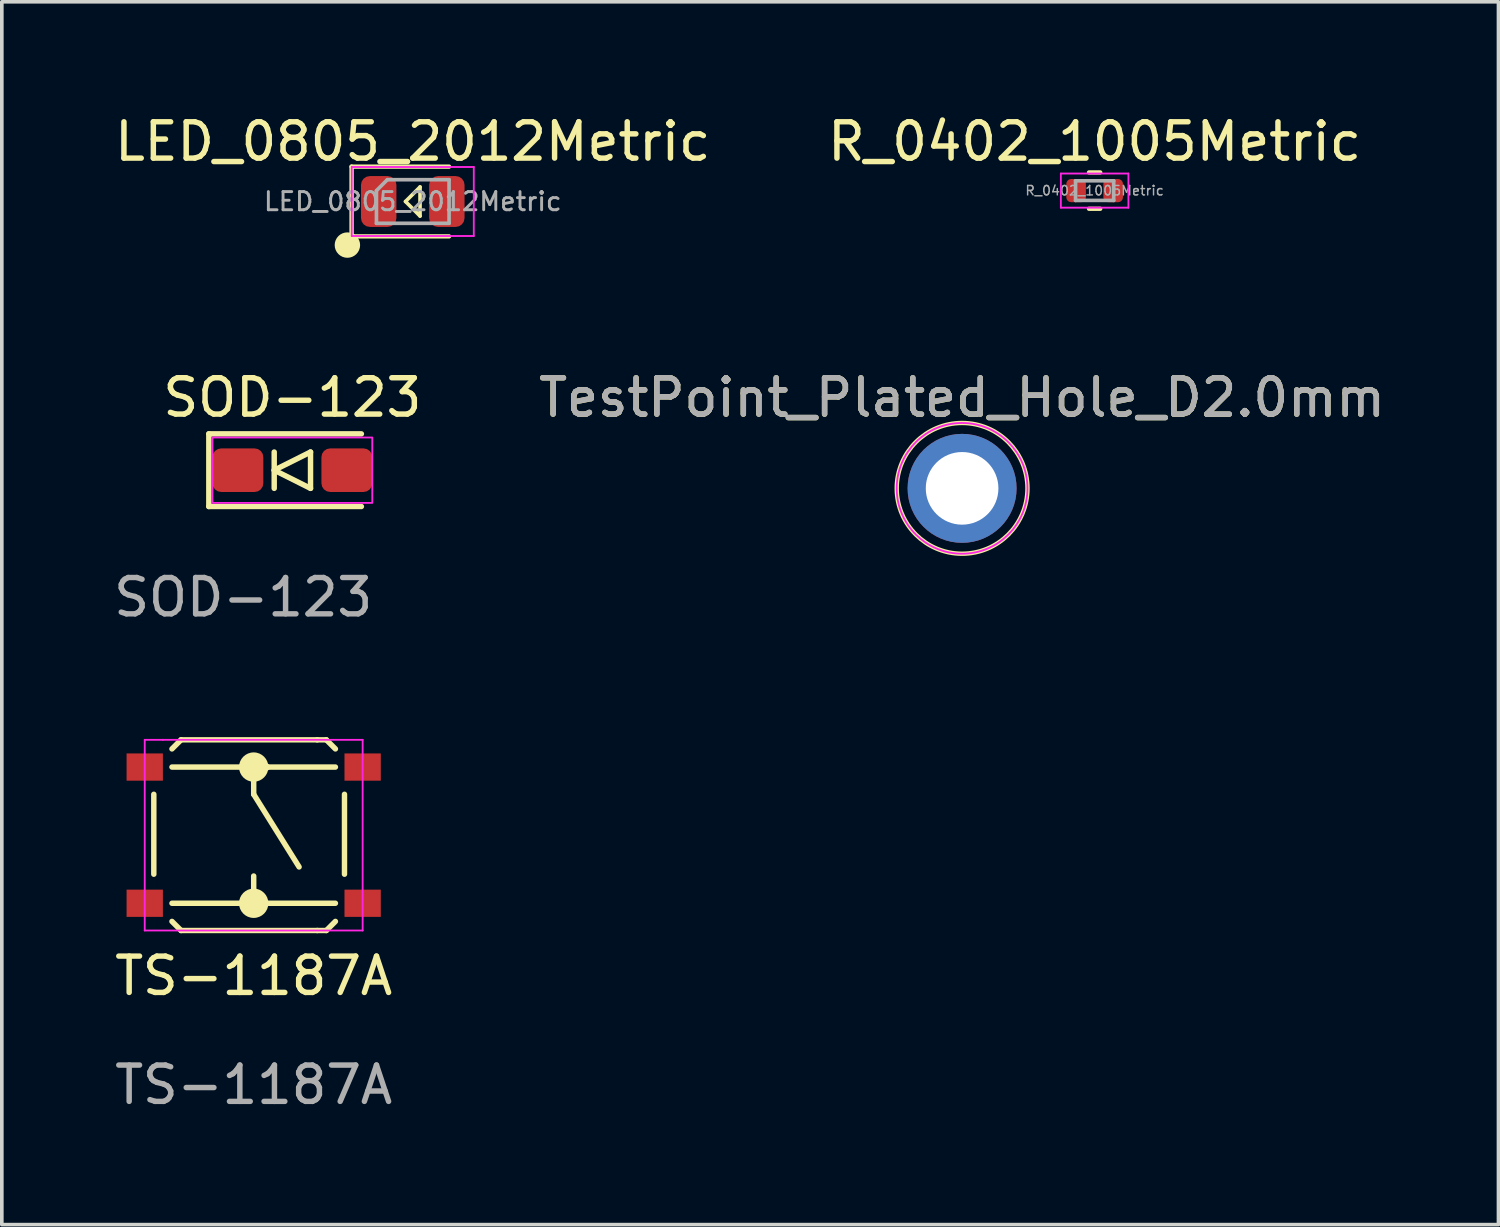
<source format=kicad_pcb>
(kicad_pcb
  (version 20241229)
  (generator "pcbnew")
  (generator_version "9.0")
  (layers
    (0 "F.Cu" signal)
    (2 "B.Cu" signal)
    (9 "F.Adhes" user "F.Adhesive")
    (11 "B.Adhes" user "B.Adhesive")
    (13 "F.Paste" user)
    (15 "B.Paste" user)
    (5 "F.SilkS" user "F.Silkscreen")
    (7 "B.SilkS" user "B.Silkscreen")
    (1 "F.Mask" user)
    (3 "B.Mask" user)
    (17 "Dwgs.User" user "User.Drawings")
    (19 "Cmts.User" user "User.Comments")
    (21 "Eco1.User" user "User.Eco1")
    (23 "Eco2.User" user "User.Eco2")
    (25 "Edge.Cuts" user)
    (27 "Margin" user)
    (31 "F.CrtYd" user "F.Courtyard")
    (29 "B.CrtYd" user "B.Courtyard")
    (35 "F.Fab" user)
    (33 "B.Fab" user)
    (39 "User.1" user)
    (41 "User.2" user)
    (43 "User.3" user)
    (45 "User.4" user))
  (footprint "TestPoint_Plated_Hole_D2.0mm"
    (layer "F.Cu")
    (at 23.44 10.396)
    (property "Reference" "TestPoint_Plated_Hole_D2.0mm" (at 0 -2.498 0) (layer "F.SilkS") (effects (font (size 1 1) (thickness 0.15))))
    (attr exclude_from_pos_files exclude_from_bom)
    (fp_circle (center 0 0) (end 1.8 0) (stroke (width 0.12) (type solid)) (fill no) (layer "F.SilkS"))
    (fp_circle (center 0 0) (end 1.8 0) (stroke (width 0.05) (type solid)) (fill no) (layer "F.CrtYd"))
    (fp_text user "${REFERENCE}" (at 0 -2.5 0) (layer "F.Fab") (effects (font (size 1 1) (thickness 0.15))))
    (pad "1" thru_hole circle (at 0 0) (size 3 3) (drill 2) (layers "*.Cu" "*.Mask")))
  (footprint "TS-1187A"
    (layer "F.Cu")
    (at 3.935 19.945)
    (property "Reference" "TS-1187A" (at 0 3.875 0) (unlocked yes) (layer "F.SilkS") (effects (font (size 1 1) (thickness 0.15))))
    (attr smd)
    (fp_line (start -2.75 -1.125) (end -2.75 1.075) (stroke (width 0.15) (type default)) (layer "F.SilkS"))
    (fp_line (start -2.25 -1.875) (end 2.25 -1.875) (stroke (width 0.15) (type default)) (layer "F.SilkS"))
    (fp_line (start -2.25 1.875) (end 2.25 1.875) (stroke (width 0.15) (type default)) (layer "F.SilkS"))
    (fp_line (start -2.25 2.375) (end -2 2.625) (stroke (width 0.15) (type default)) (layer "F.SilkS"))
    (fp_line (start -2 -2.625) (end -2.25 -2.375) (stroke (width 0.15) (type default)) (layer "F.SilkS"))
    (fp_line (start -2 -2.625) (end 1.75 -2.625) (stroke (width 0.15) (type default)) (layer "F.SilkS"))
    (fp_line (start -2 2.625) (end 1.75 2.625) (stroke (width 0.15) (type default)) (layer "F.SilkS"))
    (fp_line (start 0 -1.875) (end 0 -1.125) (stroke (width 0.15) (type default)) (layer "F.SilkS"))
    (fp_line (start 0 -1.125) (end 1.25 0.875) (stroke (width 0.15) (type default)) (layer "F.SilkS"))
    (fp_line (start 0 1.875) (end 0 1.125) (stroke (width 0.15) (type default)) (layer "F.SilkS"))
    (fp_line (start 1.75 -2.625) (end 2 -2.625) (stroke (width 0.15) (type default)) (layer "F.SilkS"))
    (fp_line (start 2 -2.625) (end 2.25 -2.375) (stroke (width 0.15) (type default)) (layer "F.SilkS"))
    (fp_line (start 2 2.625) (end 1.75 2.625) (stroke (width 0.15) (type default)) (layer "F.SilkS"))
    (fp_line (start 2.25 2.375) (end 2 2.625) (stroke (width 0.15) (type default)) (layer "F.SilkS"))
    (fp_line (start 2.5 -1.125) (end 2.5 1.075) (stroke (width 0.15) (type default)) (layer "F.SilkS"))
    (fp_circle (center 0 -1.875) (end 0.354 -1.875) (stroke (width 0.1) (type solid)) (fill yes) (layer "F.SilkS"))
    (fp_circle (center 0 1.875) (end 0.354 1.875) (stroke (width 0.1) (type solid)) (fill yes) (layer "F.SilkS"))
    (fp_circle (center 0.354 -1.875) (end 0.354 -1.875) (stroke (width 0.1) (type default)) (fill no) (layer "F.SilkS"))
    (fp_line (start -3 -2.625) (end -2.5 -2.625) (stroke (width 0.05) (type default)) (layer "F.CrtYd"))
    (fp_line (start -3 2.625) (end -3 -2.625) (stroke (width 0.05) (type default)) (layer "F.CrtYd"))
    (fp_line (start -2.5 -2.625) (end 3 -2.625) (stroke (width 0.05) (type default)) (layer "F.CrtYd"))
    (fp_line (start 3 -2.625) (end 3 2.625) (stroke (width 0.05) (type default)) (layer "F.CrtYd"))
    (fp_line (start 3 2.625) (end -3 2.625) (stroke (width 0.05) (type default)) (layer "F.CrtYd"))
    (fp_text user "${REFERENCE}" (at 0 6.875 0) (unlocked yes) (layer "F.Fab") (effects (font (size 1 1) (thickness 0.15))))
    (pad "1" smd rect (at -3 -1.875) (size 1 0.75) (layers "F.Cu" "F.Mask" "F.Paste"))
    (pad "1" smd rect (at 3 -1.875) (size 1 0.75) (layers "F.Cu" "F.Mask" "F.Paste"))
    (pad "2" smd rect (at -3 1.875) (size 1 0.75) (layers "F.Cu" "F.Mask" "F.Paste"))
    (pad "2" smd rect (at 3 1.875) (size 1 0.75) (layers "F.Cu" "F.Mask" "F.Paste")))
  (footprint "SOD-123"
    (layer "F.Cu")
    (at 5 9.896)
    (property "Reference" "SOD-123" (at 0 -2 0) (unlocked yes) (layer "F.SilkS") (effects (font (size 1 1) (thickness 0.15))))
    (attr smd)
    (fp_line (start -2.3 -1) (end -2.3 1) (stroke (width 0.15) (type default)) (layer "F.SilkS"))
    (fp_line (start -2.3 1) (end 1.9 1) (stroke (width 0.15) (type default)) (layer "F.SilkS"))
    (fp_line (start -0.5 -0.5) (end -0.5 0.5) (stroke (width 0.15) (type default)) (layer "F.SilkS"))
    (fp_line (start 0.5 -0.5) (end -0.5 0) (stroke (width 0.15) (type default)) (layer "F.SilkS"))
    (fp_line (start 0.5 -0.5) (end 0.5 0.5) (stroke (width 0.15) (type default)) (layer "F.SilkS"))
    (fp_line (start 0.5 0.5) (end -0.5 0) (stroke (width 0.15) (type default)) (layer "F.SilkS"))
    (fp_line (start 1.9 -1) (end -2.3 -1) (stroke (width 0.15) (type default)) (layer "F.SilkS"))
    (fp_rect (start -2.2 -0.9) (end 2.2 0.9) (stroke (width 0.05) (type default)) (fill no) (layer "F.CrtYd"))
    (fp_text user "${REFERENCE}" (at -5 3.5 0) (unlocked yes) (layer "F.Fab") (effects (font (size 1 1) (thickness 0.15)) (justify left)))
    (pad "1" smd roundrect (at -1.5 0) (size 1.4 1.2) (layers "F.Cu" "F.Mask" "F.Paste") (roundrect_rratio 0.2))
    (pad "2" smd roundrect (at 1.5 0) (size 1.4 1.2) (layers "F.Cu" "F.Mask" "F.Paste") (roundrect_rratio 0.2)))
  (footprint "R_0402_1005Metric"
    (layer "F.Cu")
    (at 27.089 2.198)
    (property "Reference" "R_0402_1005Metric" (at 0 -1.35 0) (layer "F.SilkS") (effects (font (size 1 1) (thickness 0.15))))
    (attr smd)
    (fp_line (start -0.154 -0.5) (end 0.154 -0.5) (stroke (width 0.12) (type solid)) (layer "F.SilkS"))
    (fp_line (start -0.154 0.5) (end 0.154 0.5) (stroke (width 0.12) (type solid)) (layer "F.SilkS"))
    (fp_line (start -0.93 -0.47) (end 0.93 -0.47) (stroke (width 0.05) (type solid)) (layer "F.CrtYd"))
    (fp_line (start -0.93 0.47) (end -0.93 -0.47) (stroke (width 0.05) (type solid)) (layer "F.CrtYd"))
    (fp_line (start 0.93 -0.47) (end 0.93 0.47) (stroke (width 0.05) (type solid)) (layer "F.CrtYd"))
    (fp_line (start 0.93 0.47) (end -0.93 0.47) (stroke (width 0.05) (type solid)) (layer "F.CrtYd"))
    (fp_line (start -0.525 -0.27) (end 0.525 -0.27) (stroke (width 0.1) (type solid)) (layer "F.Fab"))
    (fp_line (start -0.525 0.27) (end -0.525 -0.27) (stroke (width 0.1) (type solid)) (layer "F.Fab"))
    (fp_line (start 0.525 -0.27) (end 0.525 0.27) (stroke (width 0.1) (type solid)) (layer "F.Fab"))
    (fp_line (start 0.525 0.27) (end -0.525 0.27) (stroke (width 0.1) (type solid)) (layer "F.Fab"))
    (fp_text user "${REFERENCE}" (at 0 0 0) (layer "F.Fab") (effects (font (size 0.26 0.26) (thickness 0.04))))
    (pad "1" smd roundrect (at -0.51 0) (size 0.54 0.64) (layers "F.Cu" "F.Mask" "F.Paste") (roundrect_rratio 0.25))
    (pad "2" smd roundrect (at 0.51 0) (size 0.54 0.64) (layers "F.Cu" "F.Mask" "F.Paste") (roundrect_rratio 0.25)))
  (footprint "LED_0805_2012Metric"
    (layer "F.Cu")
    (at 8.315 2.498)
    (property "Reference" "LED_0805_2012Metric" (at 0 -1.65 0) (layer "F.SilkS") (effects (font (size 1 1) (thickness 0.15))))
    (attr smd)
    (fp_line (start -1.685 -0.96) (end -1.685 0.96) (stroke (width 0.12) (type solid)) (layer "F.SilkS"))
    (fp_line (start -1.685 0.96) (end 1 0.96) (stroke (width 0.12) (type solid)) (layer "F.SilkS"))
    (fp_line (start -0.2 0) (end 0.2 0.4) (stroke (width 0.1) (type solid)) (layer "F.SilkS"))
    (fp_line (start 0.2 -0.4) (end -0.2 0) (stroke (width 0.1) (type solid)) (layer "F.SilkS"))
    (fp_line (start 0.2 0.4) (end 0.2 -0.4) (stroke (width 0.1) (type solid)) (layer "F.SilkS"))
    (fp_line (start 1 -0.96) (end -1.685 -0.96) (stroke (width 0.12) (type solid)) (layer "F.SilkS"))
    (fp_circle (center -1.8 1.2) (end -1.5 1.2) (stroke (width 0.1) (type solid)) (fill yes) (layer "F.SilkS"))
    (fp_line (start -1.68 -0.95) (end 1.68 -0.95) (stroke (width 0.05) (type solid)) (layer "F.CrtYd"))
    (fp_line (start -1.68 0.95) (end -1.68 -0.95) (stroke (width 0.05) (type solid)) (layer "F.CrtYd"))
    (fp_line (start 1.68 -0.95) (end 1.68 0.95) (stroke (width 0.05) (type solid)) (layer "F.CrtYd"))
    (fp_line (start 1.68 0.95) (end -1.68 0.95) (stroke (width 0.05) (type solid)) (layer "F.CrtYd"))
    (fp_line (start -1 -0.3) (end -1 0.6) (stroke (width 0.1) (type solid)) (layer "F.Fab"))
    (fp_line (start -1 0.6) (end 1 0.6) (stroke (width 0.1) (type solid)) (layer "F.Fab"))
    (fp_line (start -0.7 -0.6) (end -1 -0.3) (stroke (width 0.1) (type solid)) (layer "F.Fab"))
    (fp_line (start 1 -0.6) (end -0.7 -0.6) (stroke (width 0.1) (type solid)) (layer "F.Fab"))
    (fp_line (start 1 0.6) (end 1 -0.6) (stroke (width 0.1) (type solid)) (layer "F.Fab"))
    (fp_text user "${REFERENCE}" (at 0 0 0) (layer "F.Fab") (effects (font (size 0.5 0.5) (thickness 0.08))))
    (pad "1" smd roundrect (at -0.938 0) (size 0.975 1.4) (layers "F.Cu" "F.Mask" "F.Paste") (roundrect_rratio 0.25))
    (pad "2" smd roundrect (at 0.938 0) (size 0.975 1.4) (layers "F.Cu" "F.Mask" "F.Paste") (roundrect_rratio 0.25)))
  (gr_rect
    (start -3 -3)
    (end 38.208 30.668)
    (stroke (width 0.1) (type default))
    (fill no)
    (layer "Edge.Cuts")))
</source>
